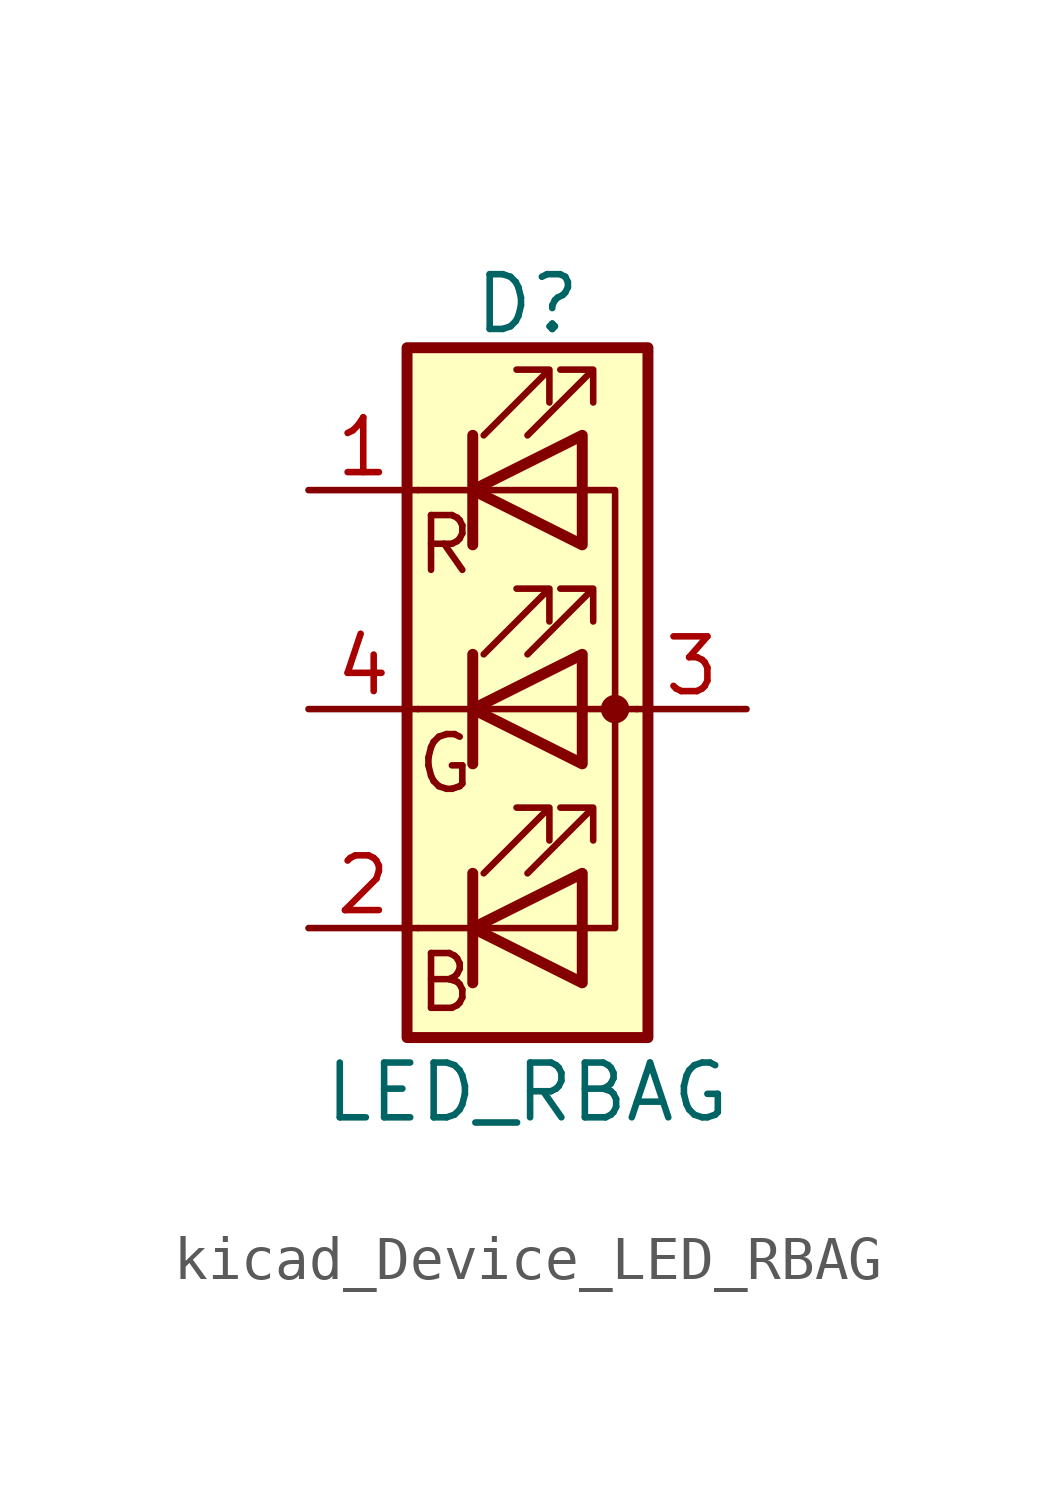
<source format=kicad_sym>
(kicad_symbol_lib
  (version 20220914)
  (generator kicad_symbol_editor)
  (symbol "kicad_Device_LED_RBAG"
    (pin_names
      (offset 0) hide)
    (property "Reference" "D"
      (at 0 9.398 0)
      (effects (font (size 1.27 1.27))))
    (property "Value" "LED_RBAG"
      (at 0 -8.89 0)
      (effects (font (size 1.27 1.27))))
    (symbol "kicad_Device_LED_RBAG_0_0"
      (text "B" (at -1.905 -6.35 0) (effects (font (size 1.27 1.27))))
      (text "G" (at -1.905 -1.27 0) (effects (font (size 1.27 1.27))))
      (text "R" (at -1.905 3.81 0) (effects (font (size 1.27 1.27)))))
    (symbol "kicad_Device_LED_RBAG_0_1"
      (polyline (pts (xy -1.27 -5.08) (xy -2.54 -5.08)) (stroke (width 0) (type default)) (fill (type none)))
      (polyline (pts (xy -1.27 -5.08) (xy 1.27 -5.08)) (stroke (width 0) (type default)) (fill (type none)))
      (polyline (pts (xy -1.27 -3.81) (xy -1.27 -6.35)) (stroke (width 0.254) (type default)) (fill (type none)))
      (polyline (pts (xy -1.27 0) (xy -2.54 0)) (stroke (width 0) (type default)) (fill (type none)))
      (polyline (pts (xy -1.27 1.27) (xy -1.27 -1.27)) (stroke (width 0.254) (type default)) (fill (type none)))
      (polyline (pts (xy -1.27 5.08) (xy -2.54 5.08)) (stroke (width 0) (type default)) (fill (type none)))
      (polyline (pts (xy -1.27 5.08) (xy 1.27 5.08)) (stroke (width 0) (type default)) (fill (type none)))
      (polyline (pts (xy -1.27 6.35) (xy -1.27 3.81)) (stroke (width 0.254) (type default)) (fill (type none)))
      (polyline (pts (xy 1.27 0) (xy -1.27 0)) (stroke (width 0) (type default)) (fill (type none)))
      (polyline (pts (xy 1.27 0) (xy 2.54 0)) (stroke (width 0) (type default)) (fill (type none)))
      (polyline (pts (xy -1.27 1.27) (xy -1.27 -1.27) (xy -1.27 -1.27)) (stroke (width 0) (type default)) (fill (type none)))
      (polyline (pts (xy -1.27 6.35) (xy -1.27 3.81) (xy -1.27 3.81)) (stroke (width 0) (type default)) (fill (type none)))
      (polyline (pts (xy 1.27 -5.08) (xy 2.032 -5.08) (xy 2.032 5.08) (xy 1.27 5.08)) (stroke (width 0) (type default)) (fill (type none)))
      (polyline (pts (xy 1.27 -3.81) (xy 1.27 -6.35) (xy -1.27 -5.08) (xy 1.27 -3.81)) (stroke (width 0.254) (type default)) (fill (type none)))
      (polyline (pts (xy 1.27 1.27) (xy 1.27 -1.27) (xy -1.27 0) (xy 1.27 1.27)) (stroke (width 0.254) (type default)) (fill (type none)))
      (polyline (pts (xy 1.27 6.35) (xy 1.27 3.81) (xy -1.27 5.08) (xy 1.27 6.35)) (stroke (width 0.254) (type default)) (fill (type none)))
      (polyline (pts (xy -1.016 -3.81) (xy 0.508 -2.286) (xy -0.254 -2.286) (xy 0.508 -2.286) (xy 0.508 -3.048)) (stroke (width 0) (type default)) (fill (type none)))
      (polyline (pts (xy -1.016 1.27) (xy 0.508 2.794) (xy -0.254 2.794) (xy 0.508 2.794) (xy 0.508 2.032)) (stroke (width 0) (type default)) (fill (type none)))
      (polyline (pts (xy -1.016 6.35) (xy 0.508 7.874) (xy -0.254 7.874) (xy 0.508 7.874) (xy 0.508 7.112)) (stroke (width 0) (type default)) (fill (type none)))
      (polyline (pts (xy 0 -3.81) (xy 1.524 -2.286) (xy 0.762 -2.286) (xy 1.524 -2.286) (xy 1.524 -3.048)) (stroke (width 0) (type default)) (fill (type none)))
      (polyline (pts (xy 0 1.27) (xy 1.524 2.794) (xy 0.762 2.794) (xy 1.524 2.794) (xy 1.524 2.032)) (stroke (width 0) (type default)) (fill (type none)))
      (polyline (pts (xy 0 6.35) (xy 1.524 7.874) (xy 0.762 7.874) (xy 1.524 7.874) (xy 1.524 7.112)) (stroke (width 0) (type default)) (fill (type none)))
      (rectangle (start 1.27 -1.27) (end 1.27 1.27) (stroke (width 0) (type default)) (fill (type none)))
      (rectangle (start 1.27 1.27) (end 1.27 1.27) (stroke (width 0) (type default)) (fill (type none)))
      (rectangle (start 1.27 3.81) (end 1.27 6.35) (stroke (width 0) (type default)) (fill (type none)))
      (rectangle (start 1.27 6.35) (end 1.27 6.35) (stroke (width 0) (type default)) (fill (type none)))
      (circle (center 2.032 0) (radius 0.254) (stroke (width 0) (type default)) (fill (type outline)))
      (rectangle (start 2.794 8.382) (end -2.794 -7.62) (stroke (width 0.254) (type default)) (fill (type background))))
    (symbol "kicad_Device_LED_RBAG_1_1"
      (pin passive line (at -5.08 5.08 0) (length 2.54) (name "RK" (effects (font (size 1.27 1.27)))) (number "1" (effects (font (size 1.27 1.27)))))
      (pin passive line (at -5.08 -5.08 0) (length 2.54) (name "BK" (effects (font (size 1.27 1.27)))) (number "2" (effects (font (size 1.27 1.27)))))
      (pin passive line (at 5.08 0 180) (length 2.54) (name "A" (effects (font (size 1.27 1.27)))) (number "3" (effects (font (size 1.27 1.27)))))
      (pin passive line (at -5.08 0 0) (length 2.54) (name "GK" (effects (font (size 1.27 1.27)))) (number "4" (effects (font (size 1.27 1.27))))))))
</source>
